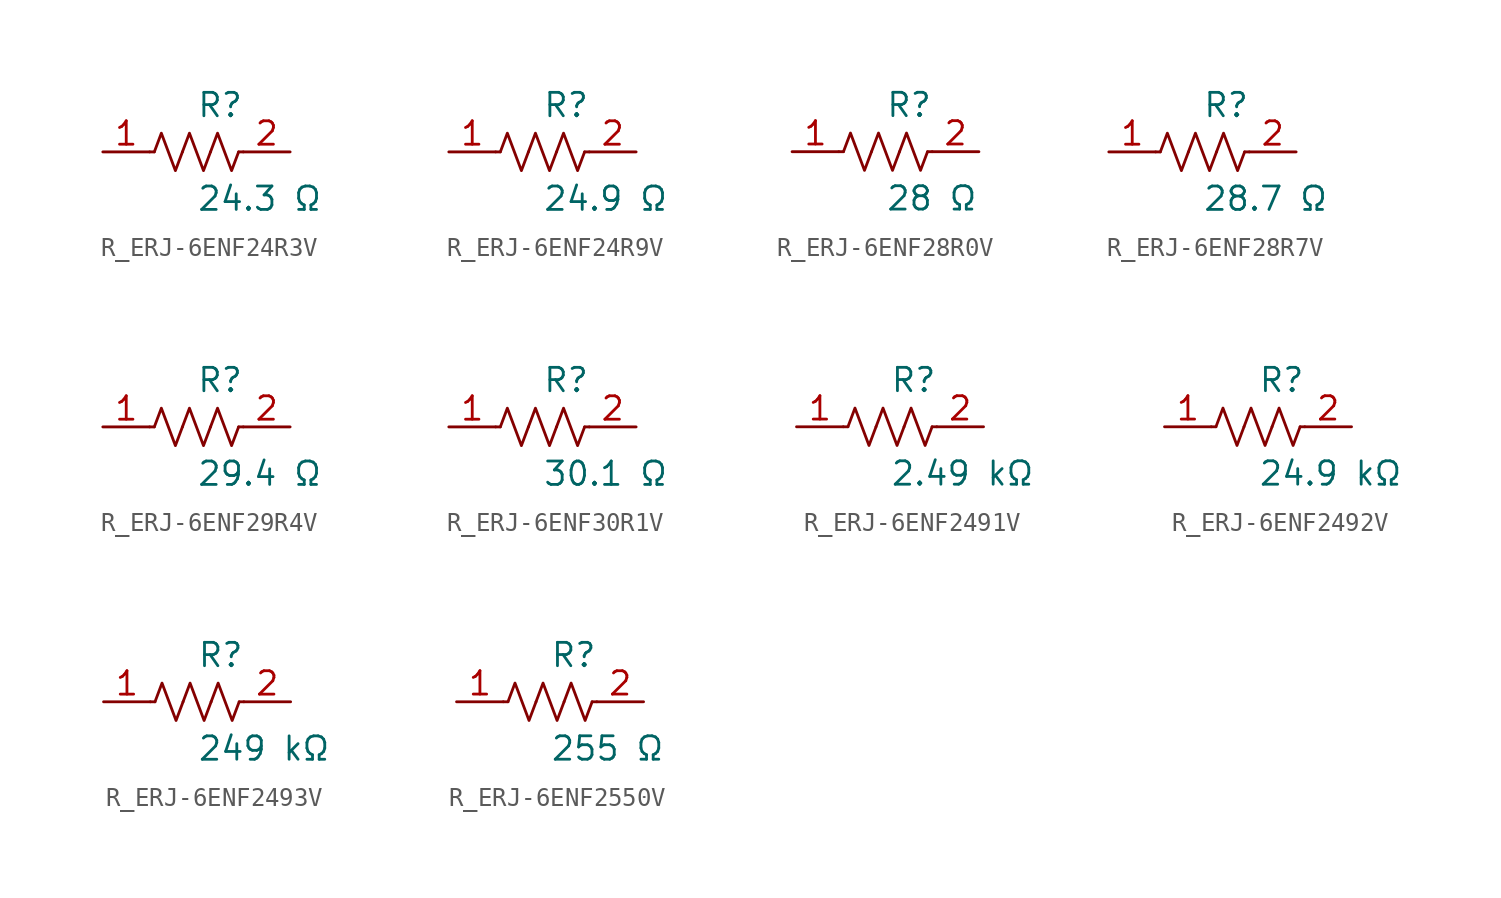
<source format=kicad_sym>
(kicad_symbol_lib
  (version 20231120)
  (generator kicad_symbol_editor)
  (generator_version 8.0)
  (symbol "R_ERJ-6ENF24R3V"
    (pin_names
      (offset 0.254))
    (property "Reference" "R"
      (at 0.0 2.54 0)
      (effects (font (size 1.27 1.27)) (justify left)))
    (property "Value" "24.3 Ω"
      (at 0.0 -2.54 0)
      (effects (font (size 1.27 1.27)) (justify left)))
    (symbol "R_ERJ-6ENF24R3V_0_1"
      (polyline (pts (xy 2.286 0) (xy 2.54 0)) (stroke (width 0) (type default)) (fill (type none)))
      (polyline (pts (xy -2.286 0) (xy -2.54 0)) (stroke (width 0) (type default)) (fill (type none)))
      (polyline (pts (xy 0.762 0) (xy 1.143 1.016) (xy 1.524 0) (xy 1.905 -1.016) (xy 2.286 0)) (stroke (width 0) (type default)) (fill (type none)))
      (polyline (pts (xy -0.762 0) (xy -0.381 1.016) (xy 0 0) (xy 0.381 -1.016) (xy 0.762 0)) (stroke (width 0) (type default)) (fill (type none)))
      (polyline (pts (xy -2.286 0) (xy -1.905 1.016) (xy -1.524 0) (xy -1.143 -1.016) (xy -0.762 0)) (stroke (width 0) (type default)) (fill (type none))))
    (pin unspecified line
      (at -5.08 0 0)
      (length 2.54)
      (name "" (effects (font (size 1.27 1.27))))
      (number "1" (effects (font (size 1.27 1.27)))))
    (pin unspecified line
      (at 5.08 0 180)
      (length 2.54)
      (name "" (effects (font (size 1.27 1.27))))
      (number "2" (effects (font (size 1.27 1.27))))))
  (symbol "R_ERJ-6ENF24R9V"
    (pin_names
      (offset 0.254))
    (property "Reference" "R"
      (at 0.0 2.54 0)
      (effects (font (size 1.27 1.27)) (justify left)))
    (property "Value" "24.9 Ω"
      (at 0.0 -2.54 0)
      (effects (font (size 1.27 1.27)) (justify left)))
    (symbol "R_ERJ-6ENF24R9V_0_1"
      (polyline (pts (xy 2.286 0) (xy 2.54 0)) (stroke (width 0) (type default)) (fill (type none)))
      (polyline (pts (xy -2.286 0) (xy -2.54 0)) (stroke (width 0) (type default)) (fill (type none)))
      (polyline (pts (xy 0.762 0) (xy 1.143 1.016) (xy 1.524 0) (xy 1.905 -1.016) (xy 2.286 0)) (stroke (width 0) (type default)) (fill (type none)))
      (polyline (pts (xy -0.762 0) (xy -0.381 1.016) (xy 0 0) (xy 0.381 -1.016) (xy 0.762 0)) (stroke (width 0) (type default)) (fill (type none)))
      (polyline (pts (xy -2.286 0) (xy -1.905 1.016) (xy -1.524 0) (xy -1.143 -1.016) (xy -0.762 0)) (stroke (width 0) (type default)) (fill (type none))))
    (pin unspecified line
      (at -5.08 0 0)
      (length 2.54)
      (name "" (effects (font (size 1.27 1.27))))
      (number "1" (effects (font (size 1.27 1.27)))))
    (pin unspecified line
      (at 5.08 0 180)
      (length 2.54)
      (name "" (effects (font (size 1.27 1.27))))
      (number "2" (effects (font (size 1.27 1.27))))))
  (symbol "R_ERJ-6ENF28R0V"
    (pin_names
      (offset 0.254))
    (property "Reference" "R"
      (at 0.0 2.54 0)
      (effects (font (size 1.27 1.27)) (justify left)))
    (property "Value" "28 Ω"
      (at 0.0 -2.54 0)
      (effects (font (size 1.27 1.27)) (justify left)))
    (symbol "R_ERJ-6ENF28R0V_0_1"
      (polyline (pts (xy 2.286 0) (xy 2.54 0)) (stroke (width 0) (type default)) (fill (type none)))
      (polyline (pts (xy -2.286 0) (xy -2.54 0)) (stroke (width 0) (type default)) (fill (type none)))
      (polyline (pts (xy 0.762 0) (xy 1.143 1.016) (xy 1.524 0) (xy 1.905 -1.016) (xy 2.286 0)) (stroke (width 0) (type default)) (fill (type none)))
      (polyline (pts (xy -0.762 0) (xy -0.381 1.016) (xy 0 0) (xy 0.381 -1.016) (xy 0.762 0)) (stroke (width 0) (type default)) (fill (type none)))
      (polyline (pts (xy -2.286 0) (xy -1.905 1.016) (xy -1.524 0) (xy -1.143 -1.016) (xy -0.762 0)) (stroke (width 0) (type default)) (fill (type none))))
    (pin unspecified line
      (at -5.08 0 0)
      (length 2.54)
      (name "" (effects (font (size 1.27 1.27))))
      (number "1" (effects (font (size 1.27 1.27)))))
    (pin unspecified line
      (at 5.08 0 180)
      (length 2.54)
      (name "" (effects (font (size 1.27 1.27))))
      (number "2" (effects (font (size 1.27 1.27))))))
  (symbol "R_ERJ-6ENF28R7V"
    (pin_names
      (offset 0.254))
    (property "Reference" "R"
      (at 0.0 2.54 0)
      (effects (font (size 1.27 1.27)) (justify left)))
    (property "Value" "28.7 Ω"
      (at 0.0 -2.54 0)
      (effects (font (size 1.27 1.27)) (justify left)))
    (symbol "R_ERJ-6ENF28R7V_0_1"
      (polyline (pts (xy 2.286 0) (xy 2.54 0)) (stroke (width 0) (type default)) (fill (type none)))
      (polyline (pts (xy -2.286 0) (xy -2.54 0)) (stroke (width 0) (type default)) (fill (type none)))
      (polyline (pts (xy 0.762 0) (xy 1.143 1.016) (xy 1.524 0) (xy 1.905 -1.016) (xy 2.286 0)) (stroke (width 0) (type default)) (fill (type none)))
      (polyline (pts (xy -0.762 0) (xy -0.381 1.016) (xy 0 0) (xy 0.381 -1.016) (xy 0.762 0)) (stroke (width 0) (type default)) (fill (type none)))
      (polyline (pts (xy -2.286 0) (xy -1.905 1.016) (xy -1.524 0) (xy -1.143 -1.016) (xy -0.762 0)) (stroke (width 0) (type default)) (fill (type none))))
    (pin unspecified line
      (at -5.08 0 0)
      (length 2.54)
      (name "" (effects (font (size 1.27 1.27))))
      (number "1" (effects (font (size 1.27 1.27)))))
    (pin unspecified line
      (at 5.08 0 180)
      (length 2.54)
      (name "" (effects (font (size 1.27 1.27))))
      (number "2" (effects (font (size 1.27 1.27))))))
  (symbol "R_ERJ-6ENF29R4V"
    (pin_names
      (offset 0.254))
    (property "Reference" "R"
      (at 0.0 2.54 0)
      (effects (font (size 1.27 1.27)) (justify left)))
    (property "Value" "29.4 Ω"
      (at 0.0 -2.54 0)
      (effects (font (size 1.27 1.27)) (justify left)))
    (symbol "R_ERJ-6ENF29R4V_0_1"
      (polyline (pts (xy 2.286 0) (xy 2.54 0)) (stroke (width 0) (type default)) (fill (type none)))
      (polyline (pts (xy -2.286 0) (xy -2.54 0)) (stroke (width 0) (type default)) (fill (type none)))
      (polyline (pts (xy 0.762 0) (xy 1.143 1.016) (xy 1.524 0) (xy 1.905 -1.016) (xy 2.286 0)) (stroke (width 0) (type default)) (fill (type none)))
      (polyline (pts (xy -0.762 0) (xy -0.381 1.016) (xy 0 0) (xy 0.381 -1.016) (xy 0.762 0)) (stroke (width 0) (type default)) (fill (type none)))
      (polyline (pts (xy -2.286 0) (xy -1.905 1.016) (xy -1.524 0) (xy -1.143 -1.016) (xy -0.762 0)) (stroke (width 0) (type default)) (fill (type none))))
    (pin unspecified line
      (at -5.08 0 0)
      (length 2.54)
      (name "" (effects (font (size 1.27 1.27))))
      (number "1" (effects (font (size 1.27 1.27)))))
    (pin unspecified line
      (at 5.08 0 180)
      (length 2.54)
      (name "" (effects (font (size 1.27 1.27))))
      (number "2" (effects (font (size 1.27 1.27))))))
  (symbol "R_ERJ-6ENF30R1V"
    (pin_names
      (offset 0.254))
    (property "Reference" "R"
      (at 0.0 2.54 0)
      (effects (font (size 1.27 1.27)) (justify left)))
    (property "Value" "30.1 Ω"
      (at 0.0 -2.54 0)
      (effects (font (size 1.27 1.27)) (justify left)))
    (symbol "R_ERJ-6ENF30R1V_0_1"
      (polyline (pts (xy 2.286 0) (xy 2.54 0)) (stroke (width 0) (type default)) (fill (type none)))
      (polyline (pts (xy -2.286 0) (xy -2.54 0)) (stroke (width 0) (type default)) (fill (type none)))
      (polyline (pts (xy 0.762 0) (xy 1.143 1.016) (xy 1.524 0) (xy 1.905 -1.016) (xy 2.286 0)) (stroke (width 0) (type default)) (fill (type none)))
      (polyline (pts (xy -0.762 0) (xy -0.381 1.016) (xy 0 0) (xy 0.381 -1.016) (xy 0.762 0)) (stroke (width 0) (type default)) (fill (type none)))
      (polyline (pts (xy -2.286 0) (xy -1.905 1.016) (xy -1.524 0) (xy -1.143 -1.016) (xy -0.762 0)) (stroke (width 0) (type default)) (fill (type none))))
    (pin unspecified line
      (at -5.08 0 0)
      (length 2.54)
      (name "" (effects (font (size 1.27 1.27))))
      (number "1" (effects (font (size 1.27 1.27)))))
    (pin unspecified line
      (at 5.08 0 180)
      (length 2.54)
      (name "" (effects (font (size 1.27 1.27))))
      (number "2" (effects (font (size 1.27 1.27))))))
  (symbol "R_ERJ-6ENF2491V"
    (pin_names
      (offset 0.254))
    (property "Reference" "R"
      (at 0.0 2.54 0)
      (effects (font (size 1.27 1.27)) (justify left)))
    (property "Value" "2.49 kΩ"
      (at 0.0 -2.54 0)
      (effects (font (size 1.27 1.27)) (justify left)))
    (symbol "R_ERJ-6ENF2491V_0_1"
      (polyline (pts (xy 2.286 0) (xy 2.54 0)) (stroke (width 0) (type default)) (fill (type none)))
      (polyline (pts (xy -2.286 0) (xy -2.54 0)) (stroke (width 0) (type default)) (fill (type none)))
      (polyline (pts (xy 0.762 0) (xy 1.143 1.016) (xy 1.524 0) (xy 1.905 -1.016) (xy 2.286 0)) (stroke (width 0) (type default)) (fill (type none)))
      (polyline (pts (xy -0.762 0) (xy -0.381 1.016) (xy 0 0) (xy 0.381 -1.016) (xy 0.762 0)) (stroke (width 0) (type default)) (fill (type none)))
      (polyline (pts (xy -2.286 0) (xy -1.905 1.016) (xy -1.524 0) (xy -1.143 -1.016) (xy -0.762 0)) (stroke (width 0) (type default)) (fill (type none))))
    (pin unspecified line
      (at -5.08 0 0)
      (length 2.54)
      (name "" (effects (font (size 1.27 1.27))))
      (number "1" (effects (font (size 1.27 1.27)))))
    (pin unspecified line
      (at 5.08 0 180)
      (length 2.54)
      (name "" (effects (font (size 1.27 1.27))))
      (number "2" (effects (font (size 1.27 1.27))))))
  (symbol "R_ERJ-6ENF2492V"
    (pin_names
      (offset 0.254))
    (property "Reference" "R"
      (at 0.0 2.54 0)
      (effects (font (size 1.27 1.27)) (justify left)))
    (property "Value" "24.9 kΩ"
      (at 0.0 -2.54 0)
      (effects (font (size 1.27 1.27)) (justify left)))
    (symbol "R_ERJ-6ENF2492V_0_1"
      (polyline (pts (xy 2.286 0) (xy 2.54 0)) (stroke (width 0) (type default)) (fill (type none)))
      (polyline (pts (xy -2.286 0) (xy -2.54 0)) (stroke (width 0) (type default)) (fill (type none)))
      (polyline (pts (xy 0.762 0) (xy 1.143 1.016) (xy 1.524 0) (xy 1.905 -1.016) (xy 2.286 0)) (stroke (width 0) (type default)) (fill (type none)))
      (polyline (pts (xy -0.762 0) (xy -0.381 1.016) (xy 0 0) (xy 0.381 -1.016) (xy 0.762 0)) (stroke (width 0) (type default)) (fill (type none)))
      (polyline (pts (xy -2.286 0) (xy -1.905 1.016) (xy -1.524 0) (xy -1.143 -1.016) (xy -0.762 0)) (stroke (width 0) (type default)) (fill (type none))))
    (pin unspecified line
      (at -5.08 0 0)
      (length 2.54)
      (name "" (effects (font (size 1.27 1.27))))
      (number "1" (effects (font (size 1.27 1.27)))))
    (pin unspecified line
      (at 5.08 0 180)
      (length 2.54)
      (name "" (effects (font (size 1.27 1.27))))
      (number "2" (effects (font (size 1.27 1.27))))))
  (symbol "R_ERJ-6ENF2493V"
    (pin_names
      (offset 0.254))
    (property "Reference" "R"
      (at 0.0 2.54 0)
      (effects (font (size 1.27 1.27)) (justify left)))
    (property "Value" "249 kΩ"
      (at 0.0 -2.54 0)
      (effects (font (size 1.27 1.27)) (justify left)))
    (symbol "R_ERJ-6ENF2493V_0_1"
      (polyline (pts (xy 2.286 0) (xy 2.54 0)) (stroke (width 0) (type default)) (fill (type none)))
      (polyline (pts (xy -2.286 0) (xy -2.54 0)) (stroke (width 0) (type default)) (fill (type none)))
      (polyline (pts (xy 0.762 0) (xy 1.143 1.016) (xy 1.524 0) (xy 1.905 -1.016) (xy 2.286 0)) (stroke (width 0) (type default)) (fill (type none)))
      (polyline (pts (xy -0.762 0) (xy -0.381 1.016) (xy 0 0) (xy 0.381 -1.016) (xy 0.762 0)) (stroke (width 0) (type default)) (fill (type none)))
      (polyline (pts (xy -2.286 0) (xy -1.905 1.016) (xy -1.524 0) (xy -1.143 -1.016) (xy -0.762 0)) (stroke (width 0) (type default)) (fill (type none))))
    (pin unspecified line
      (at -5.08 0 0)
      (length 2.54)
      (name "" (effects (font (size 1.27 1.27))))
      (number "1" (effects (font (size 1.27 1.27)))))
    (pin unspecified line
      (at 5.08 0 180)
      (length 2.54)
      (name "" (effects (font (size 1.27 1.27))))
      (number "2" (effects (font (size 1.27 1.27))))))
  (symbol "R_ERJ-6ENF2550V"
    (pin_names
      (offset 0.254))
    (property "Reference" "R"
      (at 0.0 2.54 0)
      (effects (font (size 1.27 1.27)) (justify left)))
    (property "Value" "255 Ω"
      (at 0.0 -2.54 0)
      (effects (font (size 1.27 1.27)) (justify left)))
    (symbol "R_ERJ-6ENF2550V_0_1"
      (polyline (pts (xy 2.286 0) (xy 2.54 0)) (stroke (width 0) (type default)) (fill (type none)))
      (polyline (pts (xy -2.286 0) (xy -2.54 0)) (stroke (width 0) (type default)) (fill (type none)))
      (polyline (pts (xy 0.762 0) (xy 1.143 1.016) (xy 1.524 0) (xy 1.905 -1.016) (xy 2.286 0)) (stroke (width 0) (type default)) (fill (type none)))
      (polyline (pts (xy -0.762 0) (xy -0.381 1.016) (xy 0 0) (xy 0.381 -1.016) (xy 0.762 0)) (stroke (width 0) (type default)) (fill (type none)))
      (polyline (pts (xy -2.286 0) (xy -1.905 1.016) (xy -1.524 0) (xy -1.143 -1.016) (xy -0.762 0)) (stroke (width 0) (type default)) (fill (type none))))
    (pin unspecified line
      (at -5.08 0 0)
      (length 2.54)
      (name "" (effects (font (size 1.27 1.27))))
      (number "1" (effects (font (size 1.27 1.27)))))
    (pin unspecified line
      (at 5.08 0 180)
      (length 2.54)
      (name "" (effects (font (size 1.27 1.27))))
      (number "2" (effects (font (size 1.27 1.27)))))))
</source>
